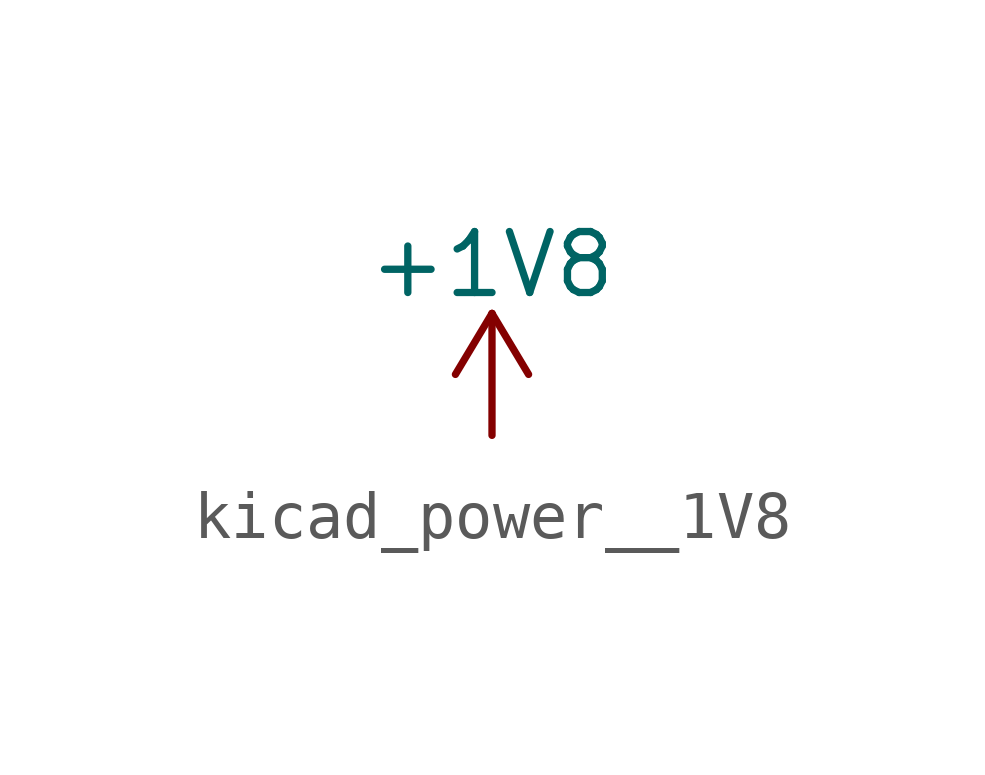
<source format=kicad_sym>
(kicad_symbol_lib
  (version 20220914)
  (generator kicad_symbol_editor)
  (symbol "kicad_power__1V8"
    (power)
    (pin_names
      (offset 0))
    (property "Reference" "#PWR"
      (at 0 -3.81 0)
      (effects (font (size 1.27 1.27)) hide))
    (property "Value" "+1V8"
      (at 0 3.556 0)
      (effects (font (size 1.27 1.27))))
    (symbol "kicad_power__1V8_0_1"
      (polyline (pts (xy -0.762 1.27) (xy 0 2.54)) (stroke (width 0) (type default)) (fill (type none)))
      (polyline (pts (xy 0 0) (xy 0 2.54)) (stroke (width 0) (type default)) (fill (type none)))
      (polyline (pts (xy 0 2.54) (xy 0.762 1.27)) (stroke (width 0) (type default)) (fill (type none))))
    (symbol "kicad_power__1V8_1_1"
      (pin power_in line (at 0 0 90) (length 0) hide (name "+1V8" (effects (font (size 1.27 1.27)))) (number "1" (effects (font (size 1.27 1.27))))))))
</source>
